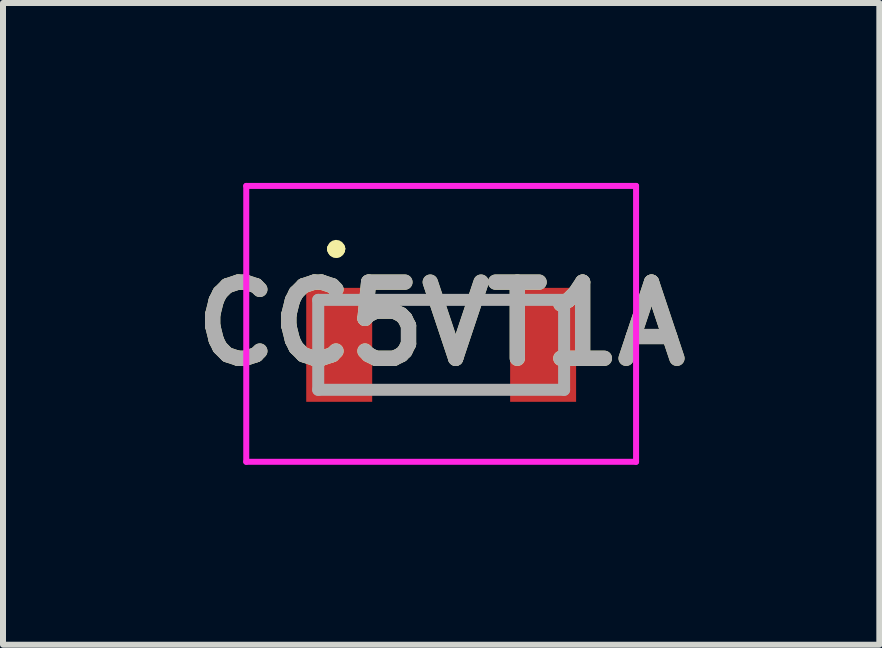
<source format=kicad_pcb>
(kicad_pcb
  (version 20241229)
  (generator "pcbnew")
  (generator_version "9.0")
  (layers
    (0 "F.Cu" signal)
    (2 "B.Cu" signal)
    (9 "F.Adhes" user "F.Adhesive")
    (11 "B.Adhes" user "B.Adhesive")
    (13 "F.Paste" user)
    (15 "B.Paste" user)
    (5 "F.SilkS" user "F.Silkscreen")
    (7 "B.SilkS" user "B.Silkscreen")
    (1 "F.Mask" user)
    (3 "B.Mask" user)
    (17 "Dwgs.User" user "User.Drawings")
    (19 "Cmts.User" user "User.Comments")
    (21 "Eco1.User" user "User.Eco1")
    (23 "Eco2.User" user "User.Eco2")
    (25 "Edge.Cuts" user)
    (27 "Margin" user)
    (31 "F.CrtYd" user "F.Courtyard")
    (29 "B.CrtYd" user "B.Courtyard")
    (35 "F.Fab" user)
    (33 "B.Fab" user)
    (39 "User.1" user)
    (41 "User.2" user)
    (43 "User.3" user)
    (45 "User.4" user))
  (footprint "CC5VT1A"
    (layer "F.Cu")
    (at 4.306 2.7)
    (property "Reference" "CC5VT1A" (at 0 -0.35 0) (layer "F.SilkS") (effects (font (size 1.27 1.27) (thickness 0.254))))
    (attr smd)
    (fp_line (start -1.8 -1.6) (end -1.8 -1.6) (stroke (width 0.2) (type solid)) (layer "F.SilkS"))
    (fp_line (start -1.8 -1.6) (end -1.8 -1.6) (stroke (width 0.2) (type solid)) (layer "F.SilkS"))
    (fp_line (start -1.7 -1.6) (end -1.7 -1.6) (stroke (width 0.2) (type solid)) (layer "F.SilkS"))
    (fp_line (start -0.75 -0.75) (end 0.75 -0.75) (stroke (width 0.1) (type solid)) (layer "F.SilkS"))
    (fp_line (start -0.75 0.75) (end 0.75 0.75) (stroke (width 0.1) (type solid)) (layer "F.SilkS"))
    (fp_arc (start -1.8 -1.6) (mid -1.75 -1.65) (end -1.7 -1.6) (stroke (width 0.2) (type solid)) (layer "F.SilkS"))
    (fp_arc (start -1.7 -1.6) (mid -1.75 -1.55) (end -1.8 -1.6) (stroke (width 0.2) (type solid)) (layer "F.SilkS"))
    (fp_arc (start -1.7 -1.6) (mid -1.75 -1.55) (end -1.8 -1.6) (stroke (width 0.2) (type solid)) (layer "F.SilkS"))
    (fp_line (start -3.25 -2.65) (end 3.25 -2.65) (stroke (width 0.1) (type solid)) (layer "F.CrtYd"))
    (fp_line (start -3.25 1.95) (end -3.25 -2.65) (stroke (width 0.1) (type solid)) (layer "F.CrtYd"))
    (fp_line (start 3.25 -2.65) (end 3.25 1.95) (stroke (width 0.1) (type solid)) (layer "F.CrtYd"))
    (fp_line (start 3.25 1.95) (end -3.25 1.95) (stroke (width 0.1) (type solid)) (layer "F.CrtYd"))
    (fp_line (start -2.05 -0.75) (end -2.05 0.75) (stroke (width 0.2) (type solid)) (layer "F.Fab"))
    (fp_line (start -2.05 0.75) (end 2.05 0.75) (stroke (width 0.2) (type solid)) (layer "F.Fab"))
    (fp_line (start 2.05 -0.75) (end -2.05 -0.75) (stroke (width 0.2) (type solid)) (layer "F.Fab"))
    (fp_line (start 2.05 0.75) (end 2.05 -0.75) (stroke (width 0.2) (type solid)) (layer "F.Fab"))
    (fp_text user "${REFERENCE}" (at 0 -0.35 0) (layer "F.Fab") (effects (font (size 1.27 1.27) (thickness 0.254))))
    (pad "1" smd rect (at -1.7 0) (size 1.1 1.9) (layers "F.Cu" "F.Mask" "F.Paste"))
    (pad "2" smd rect (at 1.7 0) (size 1.1 1.9) (layers "F.Cu" "F.Mask" "F.Paste")))
  (gr_rect
    (start -3 -3)
    (end 11.612 7.7)
    (stroke (width 0.1) (type default))
    (fill no)
    (layer "Edge.Cuts")))
</source>
